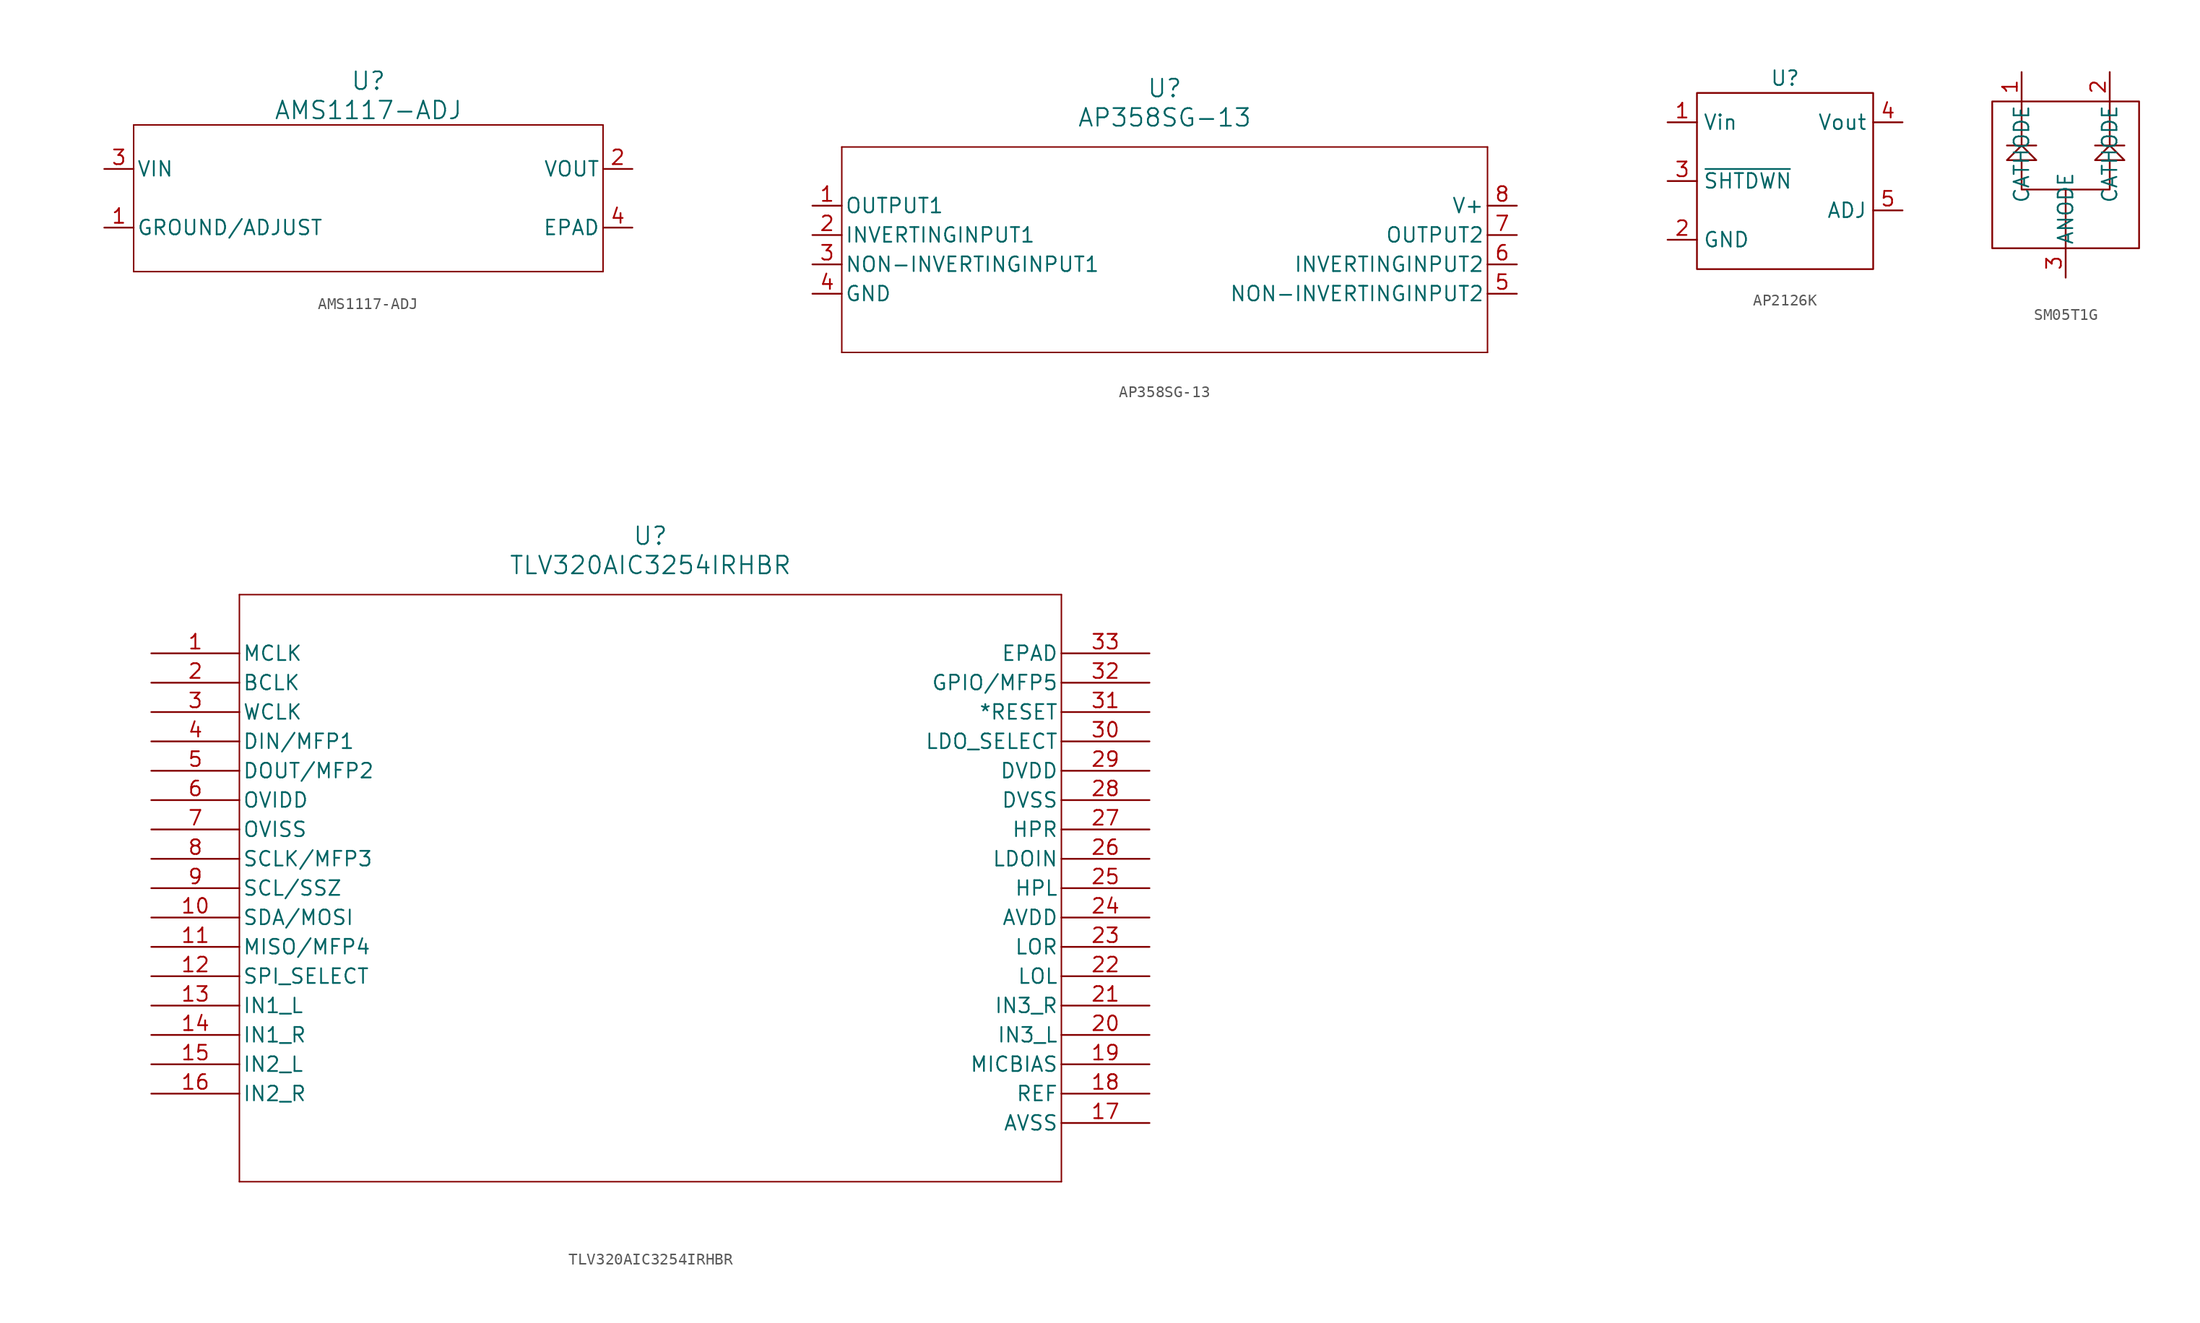
<source format=kicad_sym>
(kicad_symbol_lib
  (version 20220914)
  (generator kicad_symbol_editor)
  (symbol "AMS1117-ADJ"
    (pin_names
      (offset 0.254))
    (property "Reference" "U"
      (at 0 10.16 0)
      (effects (font (size 1.524 1.524))))
    (property "Value" "AMS1117-ADJ"
      (at 0 7.62 0)
      (effects (font (size 1.524 1.524))))
    (property "ki_locked" ""
      (at 0 0 0)
      (effects (font (size 1.27 1.27))))
    (symbol "AMS1117-ADJ_0_1"
      (polyline (pts (xy -20.32 -6.35) (xy 20.32 -6.35)) (stroke (width 0.127) (type default)) (fill (type none)))
      (polyline (pts (xy -20.32 6.35) (xy -20.32 -6.35)) (stroke (width 0.127) (type default)) (fill (type none)))
      (polyline (pts (xy 20.32 -6.35) (xy 20.32 6.35)) (stroke (width 0.127) (type default)) (fill (type none)))
      (polyline (pts (xy 20.32 6.35) (xy -20.32 6.35)) (stroke (width 0.127) (type default)) (fill (type none))))
    (symbol "AMS1117-ADJ_1_1"
      (pin power_out line (at -22.86 -2.54 0) (length 2.54) (name "GROUND/ADJUST" (effects (font (size 1.27 1.27)))) (number "1" (effects (font (size 1.27 1.27)))))
      (pin output line (at 22.86 2.54 180) (length 2.54) (name "VOUT" (effects (font (size 1.27 1.27)))) (number "2" (effects (font (size 1.27 1.27)))))
      (pin input line (at -22.86 2.54 0) (length 2.54) (name "VIN" (effects (font (size 1.27 1.27)))) (number "3" (effects (font (size 1.27 1.27)))))
      (pin power_in line (at 22.86 -2.54 180) (length 2.54) (name "EPAD" (effects (font (size 1.27 1.27)))) (number "4" (effects (font (size 1.27 1.27)))))))
  (symbol "AP358SG-13"
    (pin_names
      (offset 0.254))
    (property "Reference" "U"
      (at 0 11.43 0)
      (effects (font (size 1.524 1.524))))
    (property "Value" "AP358SG-13"
      (at 0 8.89 0)
      (effects (font (size 1.524 1.524))))
    (property "ki_locked" ""
      (at 0 0 0)
      (effects (font (size 1.27 1.27))))
    (symbol "AP358SG-13_0_1"
      (polyline (pts (xy -27.94 -11.43) (xy 27.94 -11.43)) (stroke (width 0.127) (type default)) (fill (type none)))
      (polyline (pts (xy -27.94 6.35) (xy -27.94 -11.43)) (stroke (width 0.127) (type default)) (fill (type none)))
      (polyline (pts (xy 27.94 -11.43) (xy 27.94 6.35)) (stroke (width 0.127) (type default)) (fill (type none)))
      (polyline (pts (xy 27.94 6.35) (xy -27.94 6.35)) (stroke (width 0.127) (type default)) (fill (type none))))
    (symbol "AP358SG-13_1_1"
      (pin output line (at -30.48 1.27 0) (length 2.54) (name "OUTPUT1" (effects (font (size 1.27 1.27)))) (number "1" (effects (font (size 1.27 1.27)))))
      (pin input line (at -30.48 -1.27 0) (length 2.54) (name "INVERTINGINPUT1" (effects (font (size 1.27 1.27)))) (number "2" (effects (font (size 1.27 1.27)))))
      (pin input line (at -30.48 -3.81 0) (length 2.54) (name "NON-INVERTINGINPUT1" (effects (font (size 1.27 1.27)))) (number "3" (effects (font (size 1.27 1.27)))))
      (pin power_in line (at -30.48 -6.35 0) (length 2.54) (name "GND" (effects (font (size 1.27 1.27)))) (number "4" (effects (font (size 1.27 1.27)))))
      (pin input line (at 30.48 -6.35 180) (length 2.54) (name "NON-INVERTINGINPUT2" (effects (font (size 1.27 1.27)))) (number "5" (effects (font (size 1.27 1.27)))))
      (pin input line (at 30.48 -3.81 180) (length 2.54) (name "INVERTINGINPUT2" (effects (font (size 1.27 1.27)))) (number "6" (effects (font (size 1.27 1.27)))))
      (pin output line (at 30.48 -1.27 180) (length 2.54) (name "OUTPUT2" (effects (font (size 1.27 1.27)))) (number "7" (effects (font (size 1.27 1.27)))))
      (pin power_in line (at 30.48 1.27 180) (length 2.54) (name "V+" (effects (font (size 1.27 1.27)))) (number "8" (effects (font (size 1.27 1.27)))))))
  (symbol "AP2126K"
    (property "Reference" "U"
      (at 0 6.35 0)
      (effects (font (size 1.27 1.27))))
    (property "Value" ""
      (at 0 0 0)
      (effects (font (size 1.27 1.27))))
    (symbol "AP2126K_0_1"
      (rectangle (start -7.62 5.08) (end 7.62 -10.16) (stroke (width 0) (type default)) (fill (type none))))
    (symbol "AP2126K_1_0"
      (pin power_in line (at -10.16 2.54 0) (length 2.54) (name "Vin" (effects (font (size 1.27 1.27)))) (number "1" (effects (font (size 1.27 1.27)))))
      (pin power_in line (at -10.16 -7.62 0) (length 2.54) (name "GND" (effects (font (size 1.27 1.27)))) (number "2" (effects (font (size 1.27 1.27)))))
      (pin input line (at -10.16 -2.54 0) (length 2.54) (name "~{SHTDWN}" (effects (font (size 1.27 1.27)))) (number "3" (effects (font (size 1.27 1.27)))))
      (pin power_out line (at 10.16 2.54 180) (length 2.54) (name "Vout" (effects (font (size 1.27 1.27)))) (number "4" (effects (font (size 1.27 1.27)))))
      (pin input line (at 10.16 -5.08 180) (length 2.54) (name "ADJ" (effects (font (size 1.27 1.27)))) (number "5" (effects (font (size 1.27 1.27)))))))
  (symbol "SM05T1G"
    (pin_names
      (offset 0.254))
    (property "Reference" "U"
      (at -13.97 1.27 0)
      (effects (font (size 1.524 1.524)) hide))
    (symbol "SM05T1G_0_1"
      (rectangle (start -6.35 7.62) (end 6.35 -5.08) (stroke (width 0) (type default)) (fill (type none)))
      (polyline (pts (xy -5.08 3.81) (xy -2.54 3.81)) (stroke (width 0) (type default)) (fill (type none)))
      (polyline (pts (xy -3.81 3.81) (xy -3.81 7.62)) (stroke (width 0) (type default)) (fill (type none)))
      (polyline (pts (xy 0 -5.08) (xy 0 -3.81)) (stroke (width 0) (type default)) (fill (type none)))
      (polyline (pts (xy 0 -3.81) (xy 0 0)) (stroke (width 0) (type default)) (fill (type none)))
      (polyline (pts (xy 2.54 3.81) (xy 5.08 3.81)) (stroke (width 0) (type default)) (fill (type none)))
      (polyline (pts (xy 3.81 3.81) (xy 3.81 7.62)) (stroke (width 0) (type default)) (fill (type none)))
      (polyline (pts (xy -3.81 2.54) (xy -3.81 0) (xy 0 0)) (stroke (width 0) (type default)) (fill (type none)))
      (polyline (pts (xy 3.81 2.54) (xy 3.81 0) (xy 0 0)) (stroke (width 0) (type default)) (fill (type none)))
      (polyline (pts (xy -5.08 2.54) (xy -2.54 2.54) (xy -3.81 3.81) (xy -5.08 2.54)) (stroke (width 0) (type default)) (fill (type none)))
      (polyline (pts (xy 2.54 2.54) (xy 5.08 2.54) (xy 3.81 3.81) (xy 2.54 2.54)) (stroke (width 0) (type default)) (fill (type none))))
    (symbol "SM05T1G_1_1"
      (pin unspecified line (at -3.81 10.16 270) (length 2.54) (name "CATHODE" (effects (font (size 1.27 1.27)))) (number "1" (effects (font (size 1.27 1.27)))))
      (pin unspecified line (at 3.81 10.16 270) (length 2.54) (name "CATHODE" (effects (font (size 1.27 1.27)))) (number "2" (effects (font (size 1.27 1.27)))))
      (pin unspecified line (at 0 -7.62 90) (length 2.54) (name "ANODE" (effects (font (size 1.27 1.27)))) (number "3" (effects (font (size 1.27 1.27)))))))
  (symbol "TLV320AIC3254IRHBR"
    (pin_names
      (offset 0.254))
    (property "Reference" "U"
      (at 43.18 10.16 0)
      (effects (font (size 1.524 1.524))))
    (property "Value" "TLV320AIC3254IRHBR"
      (at 43.18 7.62 0)
      (effects (font (size 1.524 1.524))))
    (property "ki_locked" ""
      (at 0 0 0)
      (effects (font (size 1.27 1.27))))
    (symbol "TLV320AIC3254IRHBR_0_1"
      (polyline (pts (xy 7.62 -45.72) (xy 78.74 -45.72)) (stroke (width 0.127) (type default)) (fill (type none)))
      (polyline (pts (xy 7.62 5.08) (xy 7.62 -45.72)) (stroke (width 0.127) (type default)) (fill (type none)))
      (polyline (pts (xy 78.74 -45.72) (xy 78.74 5.08)) (stroke (width 0.127) (type default)) (fill (type none)))
      (polyline (pts (xy 78.74 5.08) (xy 7.62 5.08)) (stroke (width 0.127) (type default)) (fill (type none)))
      (pin input line (at 0 0 0) (length 7.62) (name "MCLK" (effects (font (size 1.27 1.27)))) (number "1" (effects (font (size 1.27 1.27)))))
      (pin input line (at 0 -22.86 0) (length 7.62) (name "SDA/MOSI" (effects (font (size 1.27 1.27)))) (number "10" (effects (font (size 1.27 1.27)))))
      (pin output line (at 0 -25.4 0) (length 7.62) (name "MISO/MFP4" (effects (font (size 1.27 1.27)))) (number "11" (effects (font (size 1.27 1.27)))))
      (pin input line (at 0 -27.94 0) (length 7.62) (name "SPI_SELECT" (effects (font (size 1.27 1.27)))) (number "12" (effects (font (size 1.27 1.27)))))
      (pin input line (at 0 -30.48 0) (length 7.62) (name "IN1_L" (effects (font (size 1.27 1.27)))) (number "13" (effects (font (size 1.27 1.27)))))
      (pin input line (at 0 -33.02 0) (length 7.62) (name "IN1_R" (effects (font (size 1.27 1.27)))) (number "14" (effects (font (size 1.27 1.27)))))
      (pin input line (at 0 -35.56 0) (length 7.62) (name "IN2_L" (effects (font (size 1.27 1.27)))) (number "15" (effects (font (size 1.27 1.27)))))
      (pin input line (at 0 -38.1 0) (length 7.62) (name "IN2_R" (effects (font (size 1.27 1.27)))) (number "16" (effects (font (size 1.27 1.27)))))
      (pin power_in line (at 86.36 -40.64 180) (length 7.62) (name "AVSS" (effects (font (size 1.27 1.27)))) (number "17" (effects (font (size 1.27 1.27)))))
      (pin output line (at 86.36 -38.1 180) (length 7.62) (name "REF" (effects (font (size 1.27 1.27)))) (number "18" (effects (font (size 1.27 1.27)))))
      (pin output line (at 86.36 -35.56 180) (length 7.62) (name "MICBIAS" (effects (font (size 1.27 1.27)))) (number "19" (effects (font (size 1.27 1.27)))))
      (pin bidirectional line (at 0 -2.54 0) (length 7.62) (name "BCLK" (effects (font (size 1.27 1.27)))) (number "2" (effects (font (size 1.27 1.27)))))
      (pin input line (at 86.36 -33.02 180) (length 7.62) (name "IN3_L" (effects (font (size 1.27 1.27)))) (number "20" (effects (font (size 1.27 1.27)))))
      (pin input line (at 86.36 -30.48 180) (length 7.62) (name "IN3_R" (effects (font (size 1.27 1.27)))) (number "21" (effects (font (size 1.27 1.27)))))
      (pin output line (at 86.36 -27.94 180) (length 7.62) (name "LOL" (effects (font (size 1.27 1.27)))) (number "22" (effects (font (size 1.27 1.27)))))
      (pin output line (at 86.36 -25.4 180) (length 7.62) (name "LOR" (effects (font (size 1.27 1.27)))) (number "23" (effects (font (size 1.27 1.27)))))
      (pin power_in line (at 86.36 -22.86 180) (length 7.62) (name "AVDD" (effects (font (size 1.27 1.27)))) (number "24" (effects (font (size 1.27 1.27)))))
      (pin output line (at 86.36 -20.32 180) (length 7.62) (name "HPL" (effects (font (size 1.27 1.27)))) (number "25" (effects (font (size 1.27 1.27)))))
      (pin input line (at 86.36 -17.78 180) (length 7.62) (name "LDOIN" (effects (font (size 1.27 1.27)))) (number "26" (effects (font (size 1.27 1.27)))))
      (pin output line (at 86.36 -15.24 180) (length 7.62) (name "HPR" (effects (font (size 1.27 1.27)))) (number "27" (effects (font (size 1.27 1.27)))))
      (pin power_in line (at 86.36 -12.7 180) (length 7.62) (name "DVSS" (effects (font (size 1.27 1.27)))) (number "28" (effects (font (size 1.27 1.27)))))
      (pin power_in line (at 86.36 -10.16 180) (length 7.62) (name "DVDD" (effects (font (size 1.27 1.27)))) (number "29" (effects (font (size 1.27 1.27)))))
      (pin bidirectional line (at 0 -5.08 0) (length 7.62) (name "WCLK" (effects (font (size 1.27 1.27)))) (number "3" (effects (font (size 1.27 1.27)))))
      (pin input line (at 86.36 -7.62 180) (length 7.62) (name "LDO_SELECT" (effects (font (size 1.27 1.27)))) (number "30" (effects (font (size 1.27 1.27)))))
      (pin input line (at 86.36 -5.08 180) (length 7.62) (name "*RESET" (effects (font (size 1.27 1.27)))) (number "31" (effects (font (size 1.27 1.27)))))
      (pin input line (at 86.36 -2.54 180) (length 7.62) (name "GPIO/MFP5" (effects (font (size 1.27 1.27)))) (number "32" (effects (font (size 1.27 1.27)))))
      (pin unspecified line (at 86.36 0 180) (length 7.62) (name "EPAD" (effects (font (size 1.27 1.27)))) (number "33" (effects (font (size 1.27 1.27)))))
      (pin input line (at 0 -7.62 0) (length 7.62) (name "DIN/MFP1" (effects (font (size 1.27 1.27)))) (number "4" (effects (font (size 1.27 1.27)))))
      (pin output line (at 0 -10.16 0) (length 7.62) (name "DOUT/MFP2" (effects (font (size 1.27 1.27)))) (number "5" (effects (font (size 1.27 1.27)))))
      (pin power_in line (at 0 -12.7 0) (length 7.62) (name "OVIDD" (effects (font (size 1.27 1.27)))) (number "6" (effects (font (size 1.27 1.27)))))
      (pin power_in line (at 0 -15.24 0) (length 7.62) (name "OVISS" (effects (font (size 1.27 1.27)))) (number "7" (effects (font (size 1.27 1.27)))))
      (pin input line (at 0 -17.78 0) (length 7.62) (name "SCLK/MFP3" (effects (font (size 1.27 1.27)))) (number "8" (effects (font (size 1.27 1.27)))))
      (pin input line (at 0 -20.32 0) (length 7.62) (name "SCL/SSZ" (effects (font (size 1.27 1.27)))) (number "9" (effects (font (size 1.27 1.27))))))))
</source>
